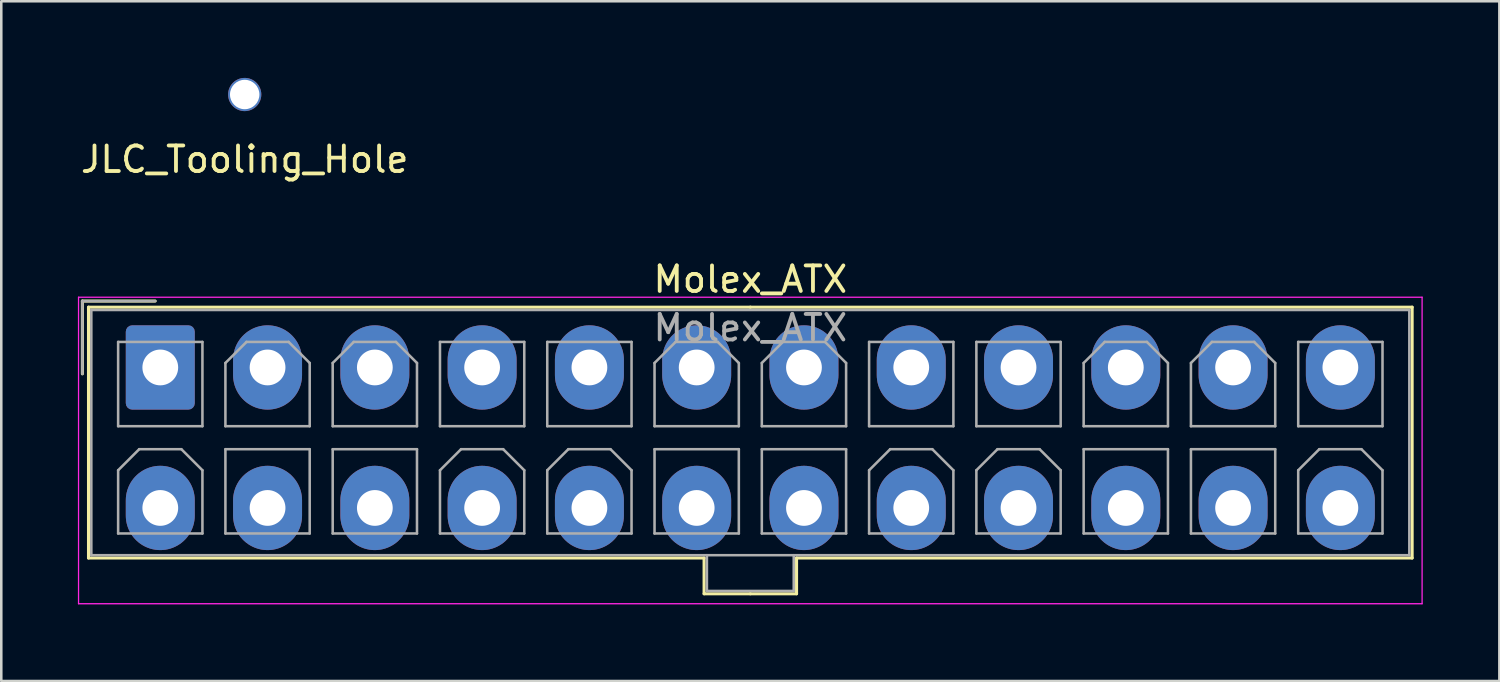
<source format=kicad_pcb>
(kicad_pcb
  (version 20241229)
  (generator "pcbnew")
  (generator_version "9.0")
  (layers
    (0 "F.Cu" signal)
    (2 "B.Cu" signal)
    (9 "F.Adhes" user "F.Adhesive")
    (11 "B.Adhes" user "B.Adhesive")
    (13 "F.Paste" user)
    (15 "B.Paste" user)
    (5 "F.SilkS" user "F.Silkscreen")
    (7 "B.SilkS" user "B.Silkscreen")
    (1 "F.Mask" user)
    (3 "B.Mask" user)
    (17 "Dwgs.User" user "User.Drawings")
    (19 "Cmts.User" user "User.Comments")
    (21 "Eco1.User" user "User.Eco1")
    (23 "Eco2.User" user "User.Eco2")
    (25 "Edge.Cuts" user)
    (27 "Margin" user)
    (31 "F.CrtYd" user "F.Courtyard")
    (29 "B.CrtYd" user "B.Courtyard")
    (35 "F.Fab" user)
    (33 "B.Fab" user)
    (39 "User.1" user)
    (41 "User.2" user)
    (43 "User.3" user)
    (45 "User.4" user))
  (footprint "Molex_ATX"
    (layer "F.Cu")
    (at 3.225 11.336)
    (property "Reference" "Molex_ATX" (at 23.1 -3.45 0) (layer "F.SilkS") (effects (font (size 1 1) (thickness 0.15))))
    (attr through_hole)
    (fp_line (start -3.05 -2.6) (end -3.05 0.25) (stroke (width 0.12) (type solid)) (layer "F.SilkS"))
    (fp_line (start -2.81 -2.36) (end -2.81 7.46) (stroke (width 0.12) (type solid)) (layer "F.SilkS"))
    (fp_line (start -2.81 7.46) (end 21.29 7.46) (stroke (width 0.12) (type solid)) (layer "F.SilkS"))
    (fp_line (start -0.2 -2.6) (end -3.05 -2.6) (stroke (width 0.12) (type solid)) (layer "F.SilkS"))
    (fp_line (start 21.29 7.46) (end 21.29 8.86) (stroke (width 0.12) (type solid)) (layer "F.SilkS"))
    (fp_line (start 21.29 8.86) (end 23.1 8.86) (stroke (width 0.12) (type solid)) (layer "F.SilkS"))
    (fp_line (start 23.1 -2.36) (end -2.81 -2.36) (stroke (width 0.12) (type solid)) (layer "F.SilkS"))
    (fp_line (start 23.1 -2.36) (end 49.01 -2.36) (stroke (width 0.12) (type solid)) (layer "F.SilkS"))
    (fp_line (start 24.91 7.46) (end 24.91 8.86) (stroke (width 0.12) (type solid)) (layer "F.SilkS"))
    (fp_line (start 24.91 8.86) (end 23.1 8.86) (stroke (width 0.12) (type solid)) (layer "F.SilkS"))
    (fp_line (start 49.01 -2.36) (end 49.01 7.46) (stroke (width 0.12) (type solid)) (layer "F.SilkS"))
    (fp_line (start 49.01 7.46) (end 24.91 7.46) (stroke (width 0.12) (type solid)) (layer "F.SilkS"))
    (fp_line (start -3.2 -2.75) (end -3.2 9.25) (stroke (width 0.05) (type solid)) (layer "F.CrtYd"))
    (fp_line (start -3.2 9.25) (end 49.4 9.25) (stroke (width 0.05) (type solid)) (layer "F.CrtYd"))
    (fp_line (start 49.4 -2.75) (end -3.2 -2.75) (stroke (width 0.05) (type solid)) (layer "F.CrtYd"))
    (fp_line (start 49.4 9.25) (end 49.4 -2.75) (stroke (width 0.05) (type solid)) (layer "F.CrtYd"))
    (fp_line (start -3.05 -2.6) (end -3.05 0.25) (stroke (width 0.1) (type solid)) (layer "F.Fab"))
    (fp_line (start -2.7 -2.25) (end -2.7 7.35) (stroke (width 0.1) (type solid)) (layer "F.Fab"))
    (fp_line (start -2.7 7.35) (end 48.9 7.35) (stroke (width 0.1) (type solid)) (layer "F.Fab"))
    (fp_line (start -1.65 -1) (end -1.65 2.3) (stroke (width 0.1) (type solid)) (layer "F.Fab"))
    (fp_line (start -1.65 2.3) (end 1.65 2.3) (stroke (width 0.1) (type solid)) (layer "F.Fab"))
    (fp_line (start -1.65 4.025) (end -0.825 3.2) (stroke (width 0.1) (type solid)) (layer "F.Fab"))
    (fp_line (start -1.65 6.5) (end -1.65 4.025) (stroke (width 0.1) (type solid)) (layer "F.Fab"))
    (fp_line (start -0.825 3.2) (end 0.825 3.2) (stroke (width 0.1) (type solid)) (layer "F.Fab"))
    (fp_line (start -0.2 -2.6) (end -3.05 -2.6) (stroke (width 0.1) (type solid)) (layer "F.Fab"))
    (fp_line (start 0.825 3.2) (end 1.65 4.025) (stroke (width 0.1) (type solid)) (layer "F.Fab"))
    (fp_line (start 1.65 -1) (end -1.65 -1) (stroke (width 0.1) (type solid)) (layer "F.Fab"))
    (fp_line (start 1.65 2.3) (end 1.65 -1) (stroke (width 0.1) (type solid)) (layer "F.Fab"))
    (fp_line (start 1.65 4.025) (end 1.65 6.5) (stroke (width 0.1) (type solid)) (layer "F.Fab"))
    (fp_line (start 1.65 6.5) (end -1.65 6.5) (stroke (width 0.1) (type solid)) (layer "F.Fab"))
    (fp_line (start 2.55 -0.175) (end 3.375 -1) (stroke (width 0.1) (type solid)) (layer "F.Fab"))
    (fp_line (start 2.55 2.3) (end 2.55 -0.175) (stroke (width 0.1) (type solid)) (layer "F.Fab"))
    (fp_line (start 2.55 3.2) (end 2.55 6.5) (stroke (width 0.1) (type solid)) (layer "F.Fab"))
    (fp_line (start 2.55 6.5) (end 5.85 6.5) (stroke (width 0.1) (type solid)) (layer "F.Fab"))
    (fp_line (start 3.375 -1) (end 5.025 -1) (stroke (width 0.1) (type solid)) (layer "F.Fab"))
    (fp_line (start 5.025 -1) (end 5.85 -0.175) (stroke (width 0.1) (type solid)) (layer "F.Fab"))
    (fp_line (start 5.85 -0.175) (end 5.85 2.3) (stroke (width 0.1) (type solid)) (layer "F.Fab"))
    (fp_line (start 5.85 2.3) (end 2.55 2.3) (stroke (width 0.1) (type solid)) (layer "F.Fab"))
    (fp_line (start 5.85 3.2) (end 2.55 3.2) (stroke (width 0.1) (type solid)) (layer "F.Fab"))
    (fp_line (start 5.85 6.5) (end 5.85 3.2) (stroke (width 0.1) (type solid)) (layer "F.Fab"))
    (fp_line (start 6.75 -0.175) (end 7.575 -1) (stroke (width 0.1) (type solid)) (layer "F.Fab"))
    (fp_line (start 6.75 2.3) (end 6.75 -0.175) (stroke (width 0.1) (type solid)) (layer "F.Fab"))
    (fp_line (start 6.75 3.2) (end 6.75 6.5) (stroke (width 0.1) (type solid)) (layer "F.Fab"))
    (fp_line (start 6.75 6.5) (end 10.05 6.5) (stroke (width 0.1) (type solid)) (layer "F.Fab"))
    (fp_line (start 7.575 -1) (end 9.225 -1) (stroke (width 0.1) (type solid)) (layer "F.Fab"))
    (fp_line (start 9.225 -1) (end 10.05 -0.175) (stroke (width 0.1) (type solid)) (layer "F.Fab"))
    (fp_line (start 10.05 -0.175) (end 10.05 2.3) (stroke (width 0.1) (type solid)) (layer "F.Fab"))
    (fp_line (start 10.05 2.3) (end 6.75 2.3) (stroke (width 0.1) (type solid)) (layer "F.Fab"))
    (fp_line (start 10.05 3.2) (end 6.75 3.2) (stroke (width 0.1) (type solid)) (layer "F.Fab"))
    (fp_line (start 10.05 6.5) (end 10.05 3.2) (stroke (width 0.1) (type solid)) (layer "F.Fab"))
    (fp_line (start 10.95 -1) (end 10.95 2.3) (stroke (width 0.1) (type solid)) (layer "F.Fab"))
    (fp_line (start 10.95 2.3) (end 14.25 2.3) (stroke (width 0.1) (type solid)) (layer "F.Fab"))
    (fp_line (start 10.95 4.025) (end 11.775 3.2) (stroke (width 0.1) (type solid)) (layer "F.Fab"))
    (fp_line (start 10.95 6.5) (end 10.95 4.025) (stroke (width 0.1) (type solid)) (layer "F.Fab"))
    (fp_line (start 11.775 3.2) (end 13.425 3.2) (stroke (width 0.1) (type solid)) (layer "F.Fab"))
    (fp_line (start 13.425 3.2) (end 14.25 4.025) (stroke (width 0.1) (type solid)) (layer "F.Fab"))
    (fp_line (start 14.25 -1) (end 10.95 -1) (stroke (width 0.1) (type solid)) (layer "F.Fab"))
    (fp_line (start 14.25 2.3) (end 14.25 -1) (stroke (width 0.1) (type solid)) (layer "F.Fab"))
    (fp_line (start 14.25 4.025) (end 14.25 6.5) (stroke (width 0.1) (type solid)) (layer "F.Fab"))
    (fp_line (start 14.25 6.5) (end 10.95 6.5) (stroke (width 0.1) (type solid)) (layer "F.Fab"))
    (fp_line (start 15.15 -1) (end 15.15 2.3) (stroke (width 0.1) (type solid)) (layer "F.Fab"))
    (fp_line (start 15.15 2.3) (end 18.45 2.3) (stroke (width 0.1) (type solid)) (layer "F.Fab"))
    (fp_line (start 15.15 4.025) (end 15.975 3.2) (stroke (width 0.1) (type solid)) (layer "F.Fab"))
    (fp_line (start 15.15 6.5) (end 15.15 4.025) (stroke (width 0.1) (type solid)) (layer "F.Fab"))
    (fp_line (start 15.975 3.2) (end 17.625 3.2) (stroke (width 0.1) (type solid)) (layer "F.Fab"))
    (fp_line (start 17.625 3.2) (end 18.45 4.025) (stroke (width 0.1) (type solid)) (layer "F.Fab"))
    (fp_line (start 18.45 -1) (end 15.15 -1) (stroke (width 0.1) (type solid)) (layer "F.Fab"))
    (fp_line (start 18.45 2.3) (end 18.45 -1) (stroke (width 0.1) (type solid)) (layer "F.Fab"))
    (fp_line (start 18.45 4.025) (end 18.45 6.5) (stroke (width 0.1) (type solid)) (layer "F.Fab"))
    (fp_line (start 18.45 6.5) (end 15.15 6.5) (stroke (width 0.1) (type solid)) (layer "F.Fab"))
    (fp_line (start 19.35 -0.175) (end 20.175 -1) (stroke (width 0.1) (type solid)) (layer "F.Fab"))
    (fp_line (start 19.35 2.3) (end 19.35 -0.175) (stroke (width 0.1) (type solid)) (layer "F.Fab"))
    (fp_line (start 19.35 3.2) (end 19.35 6.5) (stroke (width 0.1) (type solid)) (layer "F.Fab"))
    (fp_line (start 19.35 6.5) (end 22.65 6.5) (stroke (width 0.1) (type solid)) (layer "F.Fab"))
    (fp_line (start 20.175 -1) (end 21.825 -1) (stroke (width 0.1) (type solid)) (layer "F.Fab"))
    (fp_line (start 21.4 7.35) (end 21.4 8.75) (stroke (width 0.1) (type solid)) (layer "F.Fab"))
    (fp_line (start 21.4 8.75) (end 24.8 8.75) (stroke (width 0.1) (type solid)) (layer "F.Fab"))
    (fp_line (start 21.825 -1) (end 22.65 -0.175) (stroke (width 0.1) (type solid)) (layer "F.Fab"))
    (fp_line (start 22.65 -0.175) (end 22.65 2.3) (stroke (width 0.1) (type solid)) (layer "F.Fab"))
    (fp_line (start 22.65 2.3) (end 19.35 2.3) (stroke (width 0.1) (type solid)) (layer "F.Fab"))
    (fp_line (start 22.65 3.2) (end 19.35 3.2) (stroke (width 0.1) (type solid)) (layer "F.Fab"))
    (fp_line (start 22.65 6.5) (end 22.65 3.2) (stroke (width 0.1) (type solid)) (layer "F.Fab"))
    (fp_line (start 23.55 -0.175) (end 24.375 -1) (stroke (width 0.1) (type solid)) (layer "F.Fab"))
    (fp_line (start 23.55 2.3) (end 23.55 -0.175) (stroke (width 0.1) (type solid)) (layer "F.Fab"))
    (fp_line (start 23.55 3.2) (end 23.55 6.5) (stroke (width 0.1) (type solid)) (layer "F.Fab"))
    (fp_line (start 23.55 6.5) (end 26.85 6.5) (stroke (width 0.1) (type solid)) (layer "F.Fab"))
    (fp_line (start 24.375 -1) (end 26.025 -1) (stroke (width 0.1) (type solid)) (layer "F.Fab"))
    (fp_line (start 24.8 8.75) (end 24.8 7.35) (stroke (width 0.1) (type solid)) (layer "F.Fab"))
    (fp_line (start 26.025 -1) (end 26.85 -0.175) (stroke (width 0.1) (type solid)) (layer "F.Fab"))
    (fp_line (start 26.85 -0.175) (end 26.85 2.3) (stroke (width 0.1) (type solid)) (layer "F.Fab"))
    (fp_line (start 26.85 2.3) (end 23.55 2.3) (stroke (width 0.1) (type solid)) (layer "F.Fab"))
    (fp_line (start 26.85 3.2) (end 23.55 3.2) (stroke (width 0.1) (type solid)) (layer "F.Fab"))
    (fp_line (start 26.85 6.5) (end 26.85 3.2) (stroke (width 0.1) (type solid)) (layer "F.Fab"))
    (fp_line (start 27.75 -1) (end 27.75 2.3) (stroke (width 0.1) (type solid)) (layer "F.Fab"))
    (fp_line (start 27.75 2.3) (end 31.05 2.3) (stroke (width 0.1) (type solid)) (layer "F.Fab"))
    (fp_line (start 27.75 4.025) (end 28.575 3.2) (stroke (width 0.1) (type solid)) (layer "F.Fab"))
    (fp_line (start 27.75 6.5) (end 27.75 4.025) (stroke (width 0.1) (type solid)) (layer "F.Fab"))
    (fp_line (start 28.575 3.2) (end 30.225 3.2) (stroke (width 0.1) (type solid)) (layer "F.Fab"))
    (fp_line (start 30.225 3.2) (end 31.05 4.025) (stroke (width 0.1) (type solid)) (layer "F.Fab"))
    (fp_line (start 31.05 -1) (end 27.75 -1) (stroke (width 0.1) (type solid)) (layer "F.Fab"))
    (fp_line (start 31.05 2.3) (end 31.05 -1) (stroke (width 0.1) (type solid)) (layer "F.Fab"))
    (fp_line (start 31.05 4.025) (end 31.05 6.5) (stroke (width 0.1) (type solid)) (layer "F.Fab"))
    (fp_line (start 31.05 6.5) (end 27.75 6.5) (stroke (width 0.1) (type solid)) (layer "F.Fab"))
    (fp_line (start 31.95 -1) (end 31.95 2.3) (stroke (width 0.1) (type solid)) (layer "F.Fab"))
    (fp_line (start 31.95 2.3) (end 35.25 2.3) (stroke (width 0.1) (type solid)) (layer "F.Fab"))
    (fp_line (start 31.95 4.025) (end 32.775 3.2) (stroke (width 0.1) (type solid)) (layer "F.Fab"))
    (fp_line (start 31.95 6.5) (end 31.95 4.025) (stroke (width 0.1) (type solid)) (layer "F.Fab"))
    (fp_line (start 32.775 3.2) (end 34.425 3.2) (stroke (width 0.1) (type solid)) (layer "F.Fab"))
    (fp_line (start 34.425 3.2) (end 35.25 4.025) (stroke (width 0.1) (type solid)) (layer "F.Fab"))
    (fp_line (start 35.25 -1) (end 31.95 -1) (stroke (width 0.1) (type solid)) (layer "F.Fab"))
    (fp_line (start 35.25 2.3) (end 35.25 -1) (stroke (width 0.1) (type solid)) (layer "F.Fab"))
    (fp_line (start 35.25 4.025) (end 35.25 6.5) (stroke (width 0.1) (type solid)) (layer "F.Fab"))
    (fp_line (start 35.25 6.5) (end 31.95 6.5) (stroke (width 0.1) (type solid)) (layer "F.Fab"))
    (fp_line (start 36.15 -0.175) (end 36.975 -1) (stroke (width 0.1) (type solid)) (layer "F.Fab"))
    (fp_line (start 36.15 2.3) (end 36.15 -0.175) (stroke (width 0.1) (type solid)) (layer "F.Fab"))
    (fp_line (start 36.15 3.2) (end 36.15 6.5) (stroke (width 0.1) (type solid)) (layer "F.Fab"))
    (fp_line (start 36.15 6.5) (end 39.45 6.5) (stroke (width 0.1) (type solid)) (layer "F.Fab"))
    (fp_line (start 36.975 -1) (end 38.625 -1) (stroke (width 0.1) (type solid)) (layer "F.Fab"))
    (fp_line (start 38.625 -1) (end 39.45 -0.175) (stroke (width 0.1) (type solid)) (layer "F.Fab"))
    (fp_line (start 39.45 -0.175) (end 39.45 2.3) (stroke (width 0.1) (type solid)) (layer "F.Fab"))
    (fp_line (start 39.45 2.3) (end 36.15 2.3) (stroke (width 0.1) (type solid)) (layer "F.Fab"))
    (fp_line (start 39.45 3.2) (end 36.15 3.2) (stroke (width 0.1) (type solid)) (layer "F.Fab"))
    (fp_line (start 39.45 6.5) (end 39.45 3.2) (stroke (width 0.1) (type solid)) (layer "F.Fab"))
    (fp_line (start 40.35 -0.175) (end 41.175 -1) (stroke (width 0.1) (type solid)) (layer "F.Fab"))
    (fp_line (start 40.35 2.3) (end 40.35 -0.175) (stroke (width 0.1) (type solid)) (layer "F.Fab"))
    (fp_line (start 40.35 3.2) (end 40.35 6.5) (stroke (width 0.1) (type solid)) (layer "F.Fab"))
    (fp_line (start 40.35 6.5) (end 43.65 6.5) (stroke (width 0.1) (type solid)) (layer "F.Fab"))
    (fp_line (start 41.175 -1) (end 42.825 -1) (stroke (width 0.1) (type solid)) (layer "F.Fab"))
    (fp_line (start 42.825 -1) (end 43.65 -0.175) (stroke (width 0.1) (type solid)) (layer "F.Fab"))
    (fp_line (start 43.65 -0.175) (end 43.65 2.3) (stroke (width 0.1) (type solid)) (layer "F.Fab"))
    (fp_line (start 43.65 2.3) (end 40.35 2.3) (stroke (width 0.1) (type solid)) (layer "F.Fab"))
    (fp_line (start 43.65 3.2) (end 40.35 3.2) (stroke (width 0.1) (type solid)) (layer "F.Fab"))
    (fp_line (start 43.65 6.5) (end 43.65 3.2) (stroke (width 0.1) (type solid)) (layer "F.Fab"))
    (fp_line (start 44.55 -1) (end 44.55 2.3) (stroke (width 0.1) (type solid)) (layer "F.Fab"))
    (fp_line (start 44.55 2.3) (end 47.85 2.3) (stroke (width 0.1) (type solid)) (layer "F.Fab"))
    (fp_line (start 44.55 4.025) (end 45.375 3.2) (stroke (width 0.1) (type solid)) (layer "F.Fab"))
    (fp_line (start 44.55 6.5) (end 44.55 4.025) (stroke (width 0.1) (type solid)) (layer "F.Fab"))
    (fp_line (start 45.375 3.2) (end 47.025 3.2) (stroke (width 0.1) (type solid)) (layer "F.Fab"))
    (fp_line (start 47.025 3.2) (end 47.85 4.025) (stroke (width 0.1) (type solid)) (layer "F.Fab"))
    (fp_line (start 47.85 -1) (end 44.55 -1) (stroke (width 0.1) (type solid)) (layer "F.Fab"))
    (fp_line (start 47.85 2.3) (end 47.85 -1) (stroke (width 0.1) (type solid)) (layer "F.Fab"))
    (fp_line (start 47.85 4.025) (end 47.85 6.5) (stroke (width 0.1) (type solid)) (layer "F.Fab"))
    (fp_line (start 47.85 6.5) (end 44.55 6.5) (stroke (width 0.1) (type solid)) (layer "F.Fab"))
    (fp_line (start 48.9 -2.25) (end -2.7 -2.25) (stroke (width 0.1) (type solid)) (layer "F.Fab"))
    (fp_line (start 48.9 7.35) (end 48.9 -2.25) (stroke (width 0.1) (type solid)) (layer "F.Fab"))
    (fp_text user "${REFERENCE}" (at 23.1 -1.55 0) (layer "F.Fab") (effects (font (size 1 1) (thickness 0.15))))
    (pad "1" thru_hole roundrect (at 0 0) (size 2.7 3.3) (drill 1.4) (layers "*.Cu" "*.Mask") (roundrect_rratio 0.093))
    (pad "2" thru_hole oval (at 4.2 0) (size 2.7 3.3) (drill 1.4) (layers "*.Cu" "*.Mask"))
    (pad "3" thru_hole oval (at 8.4 0) (size 2.7 3.3) (drill 1.4) (layers "*.Cu" "*.Mask"))
    (pad "4" thru_hole oval (at 12.6 0) (size 2.7 3.3) (drill 1.4) (layers "*.Cu" "*.Mask"))
    (pad "5" thru_hole oval (at 16.8 0) (size 2.7 3.3) (drill 1.4) (layers "*.Cu" "*.Mask"))
    (pad "6" thru_hole oval (at 21 0) (size 2.7 3.3) (drill 1.4) (layers "*.Cu" "*.Mask"))
    (pad "7" thru_hole oval (at 25.2 0) (size 2.7 3.3) (drill 1.4) (layers "*.Cu" "*.Mask"))
    (pad "8" thru_hole oval (at 29.4 0) (size 2.7 3.3) (drill 1.4) (layers "*.Cu" "*.Mask"))
    (pad "9" thru_hole oval (at 33.6 0) (size 2.7 3.3) (drill 1.4) (layers "*.Cu" "*.Mask"))
    (pad "10" thru_hole oval (at 37.8 0) (size 2.7 3.3) (drill 1.4) (layers "*.Cu" "*.Mask"))
    (pad "11" thru_hole oval (at 42 0) (size 2.7 3.3) (drill 1.4) (layers "*.Cu" "*.Mask"))
    (pad "12" thru_hole oval (at 46.2 0) (size 2.7 3.3) (drill 1.4) (layers "*.Cu" "*.Mask"))
    (pad "13" thru_hole oval (at 0 5.5) (size 2.7 3.3) (drill 1.4) (layers "*.Cu" "*.Mask"))
    (pad "14" thru_hole oval (at 4.2 5.5) (size 2.7 3.3) (drill 1.4) (layers "*.Cu" "*.Mask"))
    (pad "15" thru_hole oval (at 8.4 5.5) (size 2.7 3.3) (drill 1.4) (layers "*.Cu" "*.Mask"))
    (pad "16" thru_hole oval (at 12.6 5.5) (size 2.7 3.3) (drill 1.4) (layers "*.Cu" "*.Mask"))
    (pad "17" thru_hole oval (at 16.8 5.5) (size 2.7 3.3) (drill 1.4) (layers "*.Cu" "*.Mask"))
    (pad "18" thru_hole oval (at 21 5.5) (size 2.7 3.3) (drill 1.4) (layers "*.Cu" "*.Mask"))
    (pad "19" thru_hole oval (at 25.2 5.5) (size 2.7 3.3) (drill 1.4) (layers "*.Cu" "*.Mask"))
    (pad "20" thru_hole oval (at 29.4 5.5) (size 2.7 3.3) (drill 1.4) (layers "*.Cu" "*.Mask"))
    (pad "21" thru_hole oval (at 33.6 5.5) (size 2.7 3.3) (drill 1.4) (layers "*.Cu" "*.Mask"))
    (pad "22" thru_hole oval (at 37.8 5.5) (size 2.7 3.3) (drill 1.4) (layers "*.Cu" "*.Mask"))
    (pad "23" thru_hole oval (at 42 5.5) (size 2.7 3.3) (drill 1.4) (layers "*.Cu" "*.Mask"))
    (pad "24" thru_hole oval (at 46.2 5.5) (size 2.7 3.3) (drill 1.4) (layers "*.Cu" "*.Mask")))
  (footprint "JLC_Tooling_Hole"
    (layer "F.Cu")
    (at 6.53 0.65)
    (property "Reference" "JLC_Tooling_Hole" (at 0 2.54 0) (layer "F.SilkS") (effects (font (size 1 1) (thickness 0.15))))
    (attr through_hole)
    (pad "" np_thru_hole circle (at 0 0) (size 1.3 1.3) (drill 1.152) (layers "*.Cu" "*.Mask")))
  (gr_rect
    (start -3 -3)
    (end 55.65 23.611)
    (stroke (width 0.1) (type default))
    (fill no)
    (layer "Edge.Cuts")))
</source>
